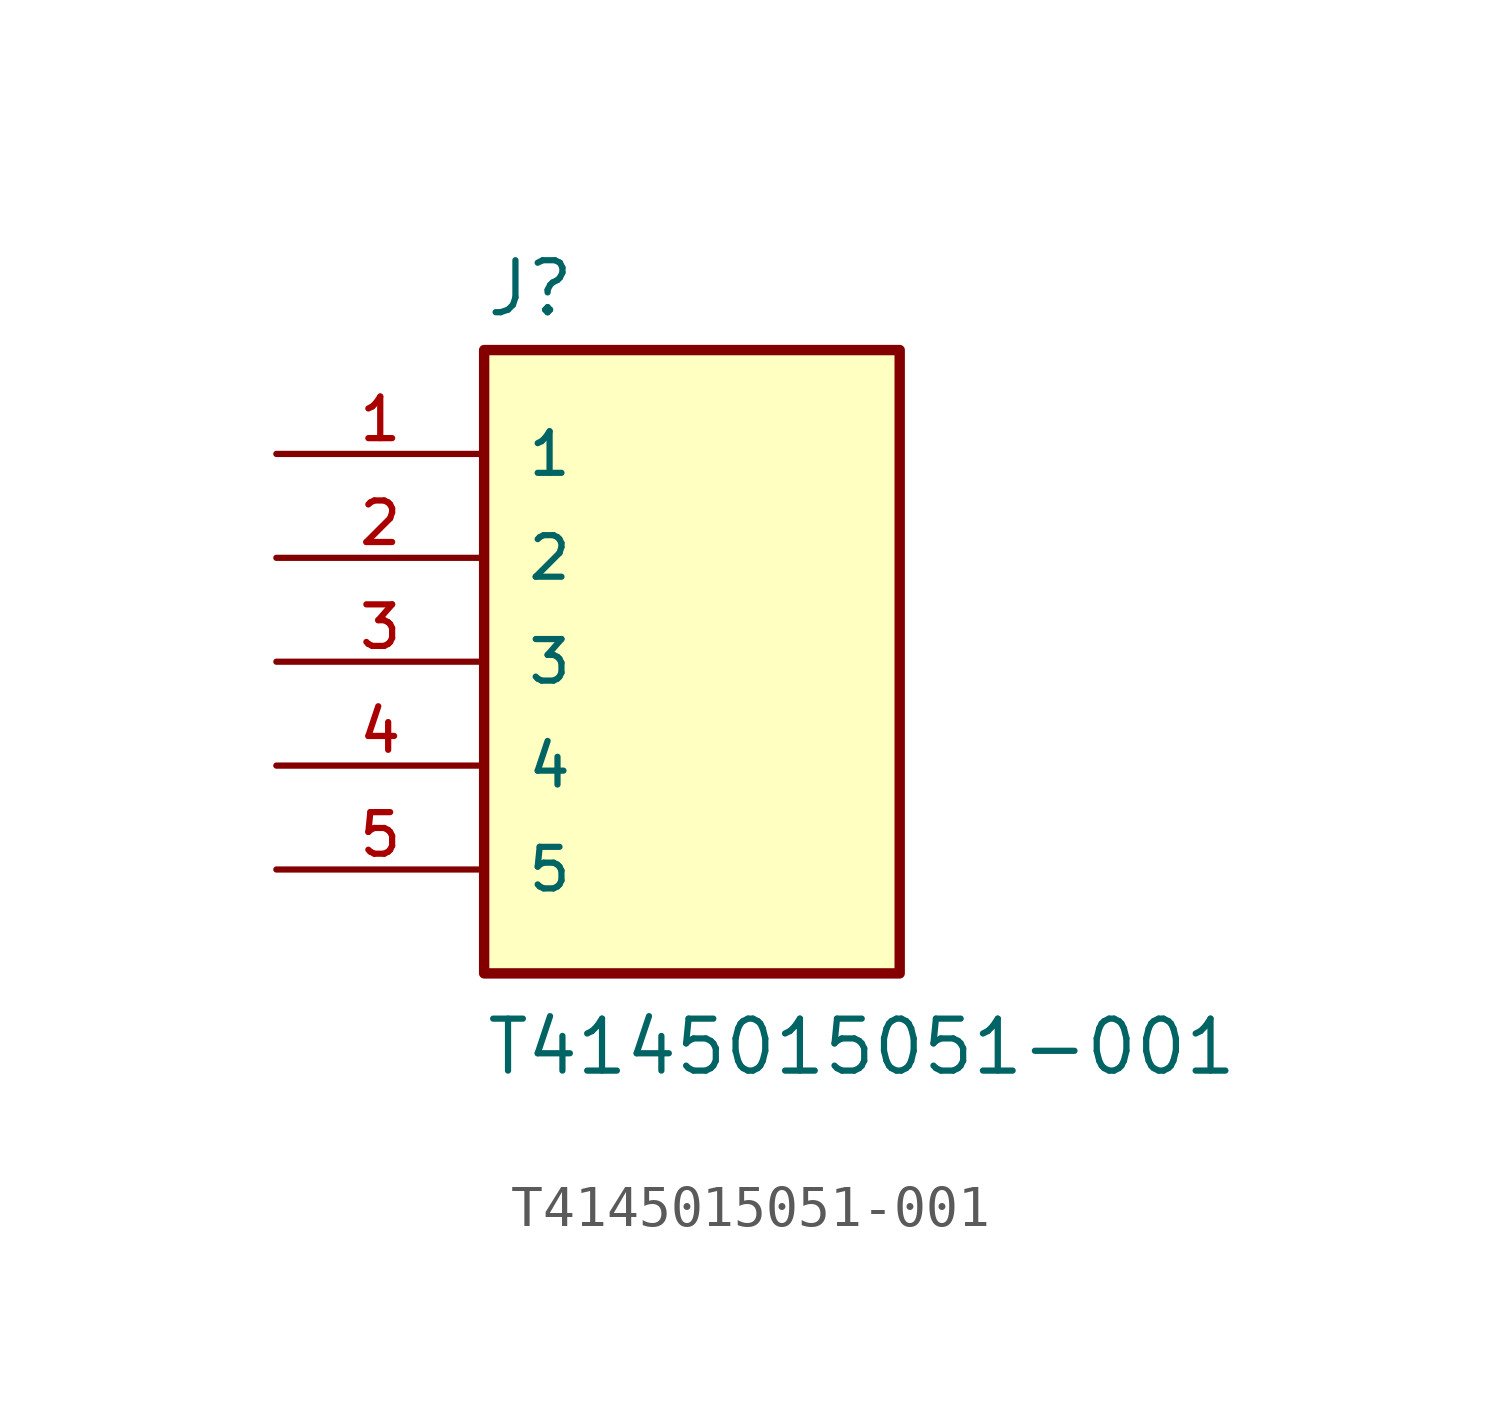
<source format=kicad_sym>
(kicad_symbol_lib
  (version 20211014)
  (generator kicad_symbol_editor)
  (symbol "T4145015051-001"
    (pin_names
      (offset 1.016))
    (property "Reference" "J"
      (at -5.08 8.382 0)
      (effects (font (size 1.27 1.27)) (justify bottom left)))
    (property "Value" "T4145015051-001"
      (at -5.08 -10.16 0)
      (effects (font (size 1.27 1.27)) (justify bottom left)))
    (symbol "T4145015051-001_0_0"
      (rectangle (start -5.08 -7.62) (end 5.08 7.62) (stroke (width 0.254)) (fill (type background)))
      (pin passive line (at -10.16 5.08 0) (length 5.08) (name "1" (effects (font (size 1.016 1.016)))) (number "1" (effects (font (size 1.016 1.016)))))
      (pin passive line (at -10.16 2.54 0) (length 5.08) (name "2" (effects (font (size 1.016 1.016)))) (number "2" (effects (font (size 1.016 1.016)))))
      (pin passive line (at -10.16 0.0 0) (length 5.08) (name "3" (effects (font (size 1.016 1.016)))) (number "3" (effects (font (size 1.016 1.016)))))
      (pin passive line (at -10.16 -2.54 0) (length 5.08) (name "4" (effects (font (size 1.016 1.016)))) (number "4" (effects (font (size 1.016 1.016)))))
      (pin passive line (at -10.16 -5.08 0) (length 5.08) (name "5" (effects (font (size 1.016 1.016)))) (number "5" (effects (font (size 1.016 1.016))))))))
</source>
